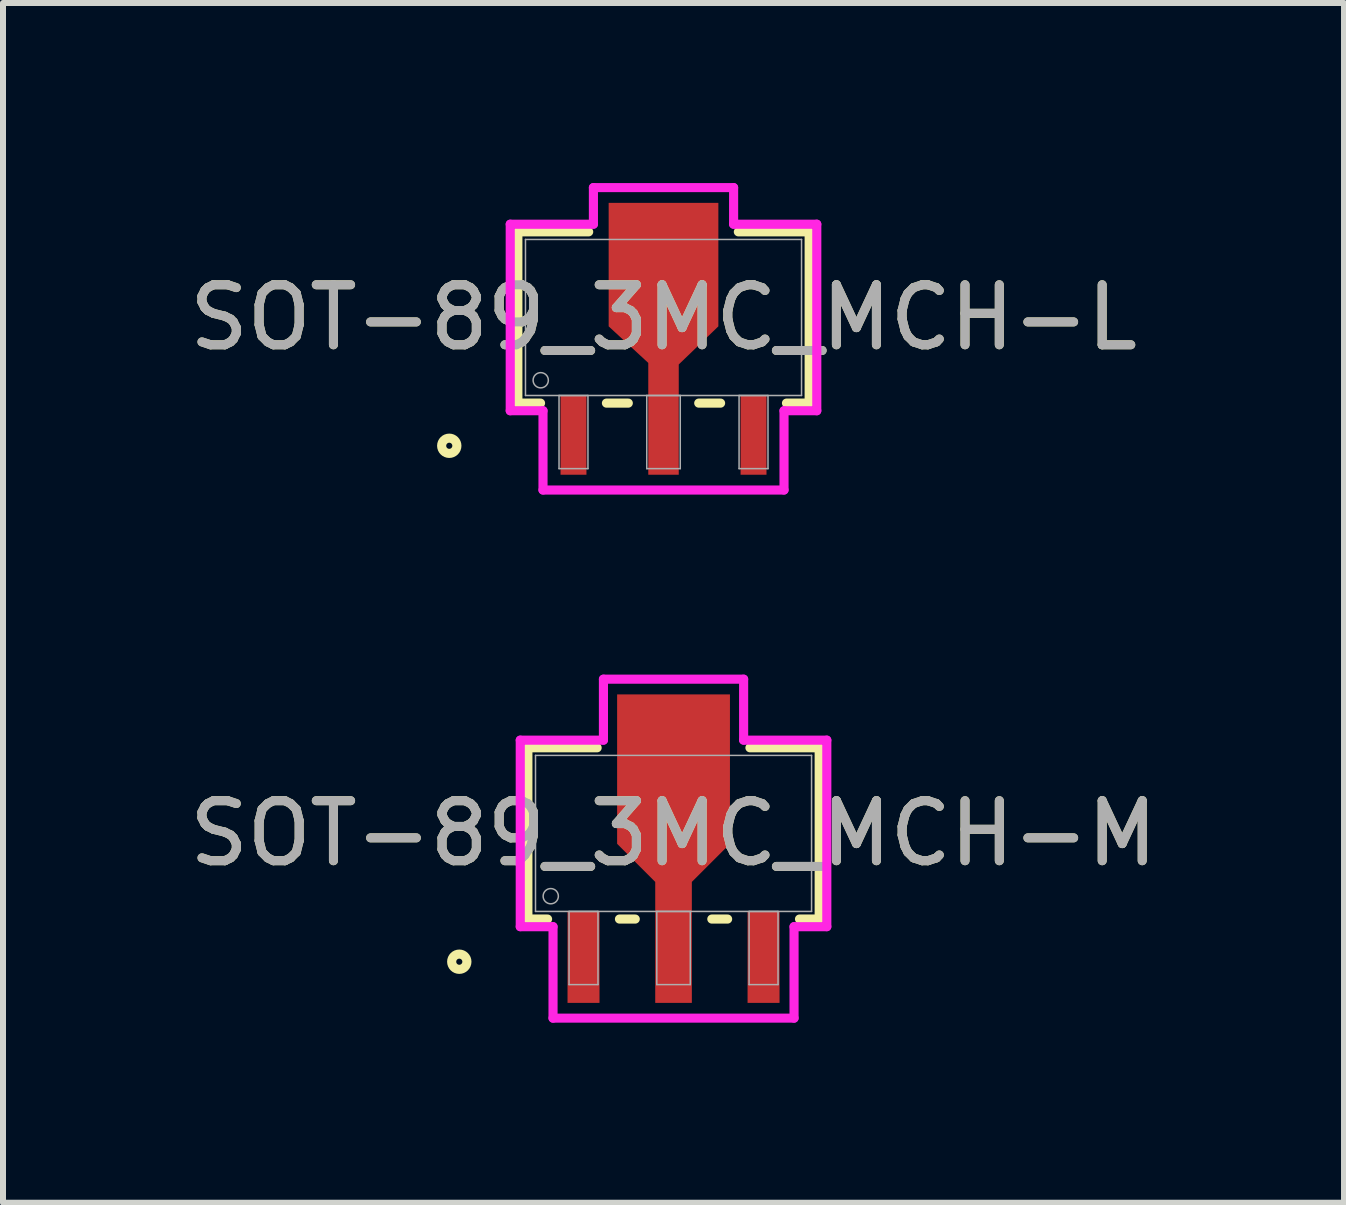
<source format=kicad_pcb>
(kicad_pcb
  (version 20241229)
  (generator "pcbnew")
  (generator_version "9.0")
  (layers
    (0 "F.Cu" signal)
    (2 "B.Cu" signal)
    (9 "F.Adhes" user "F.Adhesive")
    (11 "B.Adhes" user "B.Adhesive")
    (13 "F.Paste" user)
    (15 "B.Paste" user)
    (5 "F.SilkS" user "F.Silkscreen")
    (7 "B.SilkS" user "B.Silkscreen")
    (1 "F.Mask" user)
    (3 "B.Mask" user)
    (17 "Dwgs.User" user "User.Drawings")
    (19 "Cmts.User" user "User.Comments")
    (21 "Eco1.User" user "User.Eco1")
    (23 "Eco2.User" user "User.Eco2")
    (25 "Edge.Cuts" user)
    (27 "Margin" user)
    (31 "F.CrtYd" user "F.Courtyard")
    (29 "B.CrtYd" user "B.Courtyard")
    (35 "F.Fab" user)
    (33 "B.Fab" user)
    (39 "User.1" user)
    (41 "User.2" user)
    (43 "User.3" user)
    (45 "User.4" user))
  (footprint "SOT-89_3MC_MCH-M"
    (layer "F.Cu")
    (at 8.173 10.837)
    (property "Reference" "SOT-89_3MC_MCH-M" (at 0 0 0) (unlocked yes) (layer "F.SilkS") (effects (font (size 1 1) (thickness 0.15))))
    (attr smd)
    (fp_poly (pts (xy -0.305 1.3) (xy -0.305 0.808) (xy -0.94 0.173) (xy -0.94 -2.316) (xy 0.94 -2.316) (xy 0.94 0.173) (xy 0.305 0.808) (xy 0.305 1.3)) (stroke (width 0) (type solid)) (fill yes) (layer "F.Cu"))
    (fp_poly (pts (xy -0.305 1.325) (xy -0.305 0.808) (xy -0.94 0.173) (xy -0.94 -2.062) (xy 0.94 -2.062) (xy 0.94 0.173) (xy 0.305 0.808) (xy 0.305 1.325)) (stroke (width 0) (type solid)) (fill yes) (layer "F.Mask"))
    (fp_line (start -2.427 -1.427) (end -2.427 1.427) (stroke (width 0.152) (type solid)) (layer "F.SilkS"))
    (fp_line (start -2.427 1.427) (end -2.099 1.427) (stroke (width 0.152) (type solid)) (layer "F.SilkS"))
    (fp_line (start -1.273 -1.427) (end -2.427 -1.427) (stroke (width 0.152) (type solid)) (layer "F.SilkS"))
    (fp_line (start -0.901 1.427) (end -0.638 1.427) (stroke (width 0.152) (type solid)) (layer "F.SilkS"))
    (fp_line (start 0.638 1.427) (end 0.901 1.427) (stroke (width 0.152) (type solid)) (layer "F.SilkS"))
    (fp_line (start 2.099 1.427) (end 2.427 1.427) (stroke (width 0.152) (type solid)) (layer "F.SilkS"))
    (fp_line (start 2.427 -1.427) (end 1.273 -1.427) (stroke (width 0.152) (type solid)) (layer "F.SilkS"))
    (fp_line (start 2.427 1.427) (end 2.427 -1.427) (stroke (width 0.152) (type solid)) (layer "F.SilkS"))
    (fp_circle (center -3.57 2.138) (end -3.443 2.138) (stroke (width 0.152) (type solid)) (fill no) (layer "F.SilkS"))
    (fp_poly (pts (xy -0.305 1.325) (xy -0.305 0.808) (xy -0.94 0.173) (xy -0.94 -2.062) (xy 0.94 -2.062) (xy 0.94 0.173) (xy 0.305 0.808) (xy 0.305 1.325)) (stroke (width 0) (type solid)) (fill yes) (layer "F.Paste"))
    (fp_line (start -2.554 -1.554) (end -1.168 -1.554) (stroke (width 0.152) (type solid)) (layer "F.CrtYd"))
    (fp_line (start -2.554 1.554) (end -2.554 -1.554) (stroke (width 0.152) (type solid)) (layer "F.CrtYd"))
    (fp_line (start -2.008 1.554) (end -2.554 1.554) (stroke (width 0.152) (type solid)) (layer "F.CrtYd"))
    (fp_line (start -2.008 3.078) (end -2.008 1.554) (stroke (width 0.152) (type solid)) (layer "F.CrtYd"))
    (fp_line (start -1.168 -2.57) (end 1.168 -2.57) (stroke (width 0.152) (type solid)) (layer "F.CrtYd"))
    (fp_line (start -1.168 -1.554) (end -1.168 -2.57) (stroke (width 0.152) (type solid)) (layer "F.CrtYd"))
    (fp_line (start 1.168 -2.57) (end 1.168 -1.554) (stroke (width 0.152) (type solid)) (layer "F.CrtYd"))
    (fp_line (start 1.168 -1.554) (end 2.554 -1.554) (stroke (width 0.152) (type solid)) (layer "F.CrtYd"))
    (fp_line (start 2.008 1.554) (end 2.008 3.078) (stroke (width 0.152) (type solid)) (layer "F.CrtYd"))
    (fp_line (start 2.008 3.078) (end -2.008 3.078) (stroke (width 0.152) (type solid)) (layer "F.CrtYd"))
    (fp_line (start 2.554 -1.554) (end 2.554 1.554) (stroke (width 0.152) (type solid)) (layer "F.CrtYd"))
    (fp_line (start 2.554 1.554) (end 2.008 1.554) (stroke (width 0.152) (type solid)) (layer "F.CrtYd"))
    (fp_line (start -2.3 -1.3) (end -2.3 1.3) (stroke (width 0.025) (type solid)) (layer "F.Fab"))
    (fp_line (start -2.3 1.3) (end 2.3 1.3) (stroke (width 0.025) (type solid)) (layer "F.Fab"))
    (fp_line (start -1.741 1.3) (end -1.741 2.519) (stroke (width 0.025) (type solid)) (layer "F.Fab"))
    (fp_line (start -1.741 2.519) (end -1.259 2.519) (stroke (width 0.025) (type solid)) (layer "F.Fab"))
    (fp_line (start -1.259 1.3) (end -1.741 1.3) (stroke (width 0.025) (type solid)) (layer "F.Fab"))
    (fp_line (start -1.259 2.519) (end -1.259 1.3) (stroke (width 0.025) (type solid)) (layer "F.Fab"))
    (fp_line (start -0.279 1.3) (end -0.279 2.519) (stroke (width 0.025) (type solid)) (layer "F.Fab"))
    (fp_line (start -0.279 2.519) (end 0.279 2.519) (stroke (width 0.025) (type solid)) (layer "F.Fab"))
    (fp_line (start 0.279 1.3) (end -0.279 1.3) (stroke (width 0.025) (type solid)) (layer "F.Fab"))
    (fp_line (start 0.279 2.519) (end 0.279 1.3) (stroke (width 0.025) (type solid)) (layer "F.Fab"))
    (fp_line (start 1.259 1.3) (end 1.259 2.519) (stroke (width 0.025) (type solid)) (layer "F.Fab"))
    (fp_line (start 1.259 2.519) (end 1.741 2.519) (stroke (width 0.025) (type solid)) (layer "F.Fab"))
    (fp_line (start 1.741 1.3) (end 1.259 1.3) (stroke (width 0.025) (type solid)) (layer "F.Fab"))
    (fp_line (start 1.741 2.519) (end 1.741 1.3) (stroke (width 0.025) (type solid)) (layer "F.Fab"))
    (fp_line (start 2.3 -1.3) (end -2.3 -1.3) (stroke (width 0.025) (type solid)) (layer "F.Fab"))
    (fp_line (start 2.3 1.3) (end 2.3 -1.3) (stroke (width 0.025) (type solid)) (layer "F.Fab"))
    (fp_circle (center -2.046 1.046) (end -1.919 1.046) (stroke (width 0.025) (type solid)) (fill no) (layer "F.Fab"))
    (fp_text user "${REFERENCE}" (at 0 0 0) (unlocked yes) (layer "F.Fab") (effects (font (size 1 1) (thickness 0.15))))
    (pad "1" smd rect (at -1.5 2.062) (size 0.533 1.524) (layers "F.Cu" "F.Mask" "F.Paste"))
    (pad "2" smd rect (at 0 2.062) (size 0.61 1.524) (layers "F.Cu" "F.Mask" "F.Paste"))
    (pad "3" smd rect (at 1.5 2.062) (size 0.533 1.524) (layers "F.Cu" "F.Mask" "F.Paste")))
  (footprint "SOT-89_3MC_MCH-L"
    (layer "F.Cu")
    (at 8.006 2.24)
    (property "Reference" "SOT-89_3MC_MCH-L" (at 0 0 0) (unlocked yes) (layer "F.SilkS") (effects (font (size 1 1) (thickness 0.15))))
    (attr smd)
    (fp_poly (pts (xy -0.254 1.3) (xy -0.254 0.757) (xy -0.914 0.148) (xy -0.914 -1.91) (xy 0.914 -1.91) (xy 0.914 0.148) (xy 0.254 0.783) (xy 0.254 1.3)) (stroke (width 0) (type solid)) (fill yes) (layer "F.Cu"))
    (fp_poly (pts (xy -0.254 1.275) (xy -0.254 0.757) (xy -0.889 0.122) (xy -0.889 -1.859) (xy 0.889 -1.859) (xy 0.889 0.122) (xy 0.254 0.757) (xy 0.254 1.275)) (stroke (width 0) (type solid)) (fill yes) (layer "F.Mask"))
    (fp_line (start -2.427 -1.427) (end -2.427 1.427) (stroke (width 0.152) (type solid)) (layer "F.SilkS"))
    (fp_line (start -2.427 1.427) (end -2.049 1.427) (stroke (width 0.152) (type solid)) (layer "F.SilkS"))
    (fp_line (start -1.247 -1.427) (end -2.427 -1.427) (stroke (width 0.152) (type solid)) (layer "F.SilkS"))
    (fp_line (start -0.951 1.427) (end -0.587 1.427) (stroke (width 0.152) (type solid)) (layer "F.SilkS"))
    (fp_line (start 0.587 1.427) (end 0.951 1.427) (stroke (width 0.152) (type solid)) (layer "F.SilkS"))
    (fp_line (start 2.049 1.427) (end 2.427 1.427) (stroke (width 0.152) (type solid)) (layer "F.SilkS"))
    (fp_line (start 2.427 -1.427) (end 1.247 -1.427) (stroke (width 0.152) (type solid)) (layer "F.SilkS"))
    (fp_line (start 2.427 1.427) (end 2.427 -1.427) (stroke (width 0.152) (type solid)) (layer "F.SilkS"))
    (fp_circle (center -3.57 2.138) (end -3.443 2.138) (stroke (width 0.152) (type solid)) (fill no) (layer "F.SilkS"))
    (fp_poly (pts (xy -0.254 1.275) (xy -0.254 0.757) (xy -0.889 0.122) (xy -0.889 -1.859) (xy 0.889 -1.859) (xy 0.889 0.122) (xy 0.254 0.757) (xy 0.254 1.275)) (stroke (width 0) (type solid)) (fill yes) (layer "F.Paste"))
    (fp_line (start -2.554 -1.554) (end -1.168 -1.554) (stroke (width 0.152) (type solid)) (layer "F.CrtYd"))
    (fp_line (start -2.554 1.554) (end -2.554 -1.554) (stroke (width 0.152) (type solid)) (layer "F.CrtYd"))
    (fp_line (start -2.008 1.554) (end -2.554 1.554) (stroke (width 0.152) (type solid)) (layer "F.CrtYd"))
    (fp_line (start -2.008 2.875) (end -2.008 1.554) (stroke (width 0.152) (type solid)) (layer "F.CrtYd"))
    (fp_line (start -1.168 -2.164) (end 1.168 -2.164) (stroke (width 0.152) (type solid)) (layer "F.CrtYd"))
    (fp_line (start -1.168 -1.554) (end -1.168 -2.164) (stroke (width 0.152) (type solid)) (layer "F.CrtYd"))
    (fp_line (start 1.168 -2.164) (end 1.168 -1.554) (stroke (width 0.152) (type solid)) (layer "F.CrtYd"))
    (fp_line (start 1.168 -1.554) (end 2.554 -1.554) (stroke (width 0.152) (type solid)) (layer "F.CrtYd"))
    (fp_line (start 2.008 1.554) (end 2.008 2.875) (stroke (width 0.152) (type solid)) (layer "F.CrtYd"))
    (fp_line (start 2.008 2.875) (end -2.008 2.875) (stroke (width 0.152) (type solid)) (layer "F.CrtYd"))
    (fp_line (start 2.554 -1.554) (end 2.554 1.554) (stroke (width 0.152) (type solid)) (layer "F.CrtYd"))
    (fp_line (start 2.554 1.554) (end 2.008 1.554) (stroke (width 0.152) (type solid)) (layer "F.CrtYd"))
    (fp_line (start -2.3 -1.3) (end -2.3 1.3) (stroke (width 0.025) (type solid)) (layer "F.Fab"))
    (fp_line (start -2.3 1.3) (end 2.3 1.3) (stroke (width 0.025) (type solid)) (layer "F.Fab"))
    (fp_line (start -1.741 1.3) (end -1.741 2.519) (stroke (width 0.025) (type solid)) (layer "F.Fab"))
    (fp_line (start -1.741 2.519) (end -1.259 2.519) (stroke (width 0.025) (type solid)) (layer "F.Fab"))
    (fp_line (start -1.259 1.3) (end -1.741 1.3) (stroke (width 0.025) (type solid)) (layer "F.Fab"))
    (fp_line (start -1.259 2.519) (end -1.259 1.3) (stroke (width 0.025) (type solid)) (layer "F.Fab"))
    (fp_line (start -0.279 1.3) (end -0.279 2.519) (stroke (width 0.025) (type solid)) (layer "F.Fab"))
    (fp_line (start -0.279 2.519) (end 0.279 2.519) (stroke (width 0.025) (type solid)) (layer "F.Fab"))
    (fp_line (start 0.279 1.3) (end -0.279 1.3) (stroke (width 0.025) (type solid)) (layer "F.Fab"))
    (fp_line (start 0.279 2.519) (end 0.279 1.3) (stroke (width 0.025) (type solid)) (layer "F.Fab"))
    (fp_line (start 1.259 1.3) (end 1.259 2.519) (stroke (width 0.025) (type solid)) (layer "F.Fab"))
    (fp_line (start 1.259 2.519) (end 1.741 2.519) (stroke (width 0.025) (type solid)) (layer "F.Fab"))
    (fp_line (start 1.741 1.3) (end 1.259 1.3) (stroke (width 0.025) (type solid)) (layer "F.Fab"))
    (fp_line (start 1.741 2.519) (end 1.741 1.3) (stroke (width 0.025) (type solid)) (layer "F.Fab"))
    (fp_line (start 2.3 -1.3) (end -2.3 -1.3) (stroke (width 0.025) (type solid)) (layer "F.Fab"))
    (fp_line (start 2.3 1.3) (end 2.3 -1.3) (stroke (width 0.025) (type solid)) (layer "F.Fab"))
    (fp_circle (center -2.046 1.046) (end -1.919 1.046) (stroke (width 0.025) (type solid)) (fill no) (layer "F.Fab"))
    (fp_text user "${REFERENCE}" (at 0 0 0) (unlocked yes) (layer "F.Fab") (effects (font (size 1 1) (thickness 0.15))))
    (pad "1" smd rect (at -1.5 1.96) (size 0.432 1.321) (layers "F.Cu" "F.Mask" "F.Paste"))
    (pad "2" smd rect (at 0 1.96) (size 0.508 1.321) (layers "F.Cu" "F.Mask" "F.Paste"))
    (pad "3" smd rect (at 1.5 1.96) (size 0.432 1.321) (layers "F.Cu" "F.Mask" "F.Paste")))
  (gr_rect
    (start -3 -3)
    (end 19.345 16.991)
    (stroke (width 0.1) (type default))
    (fill no)
    (layer "Edge.Cuts")))
</source>
